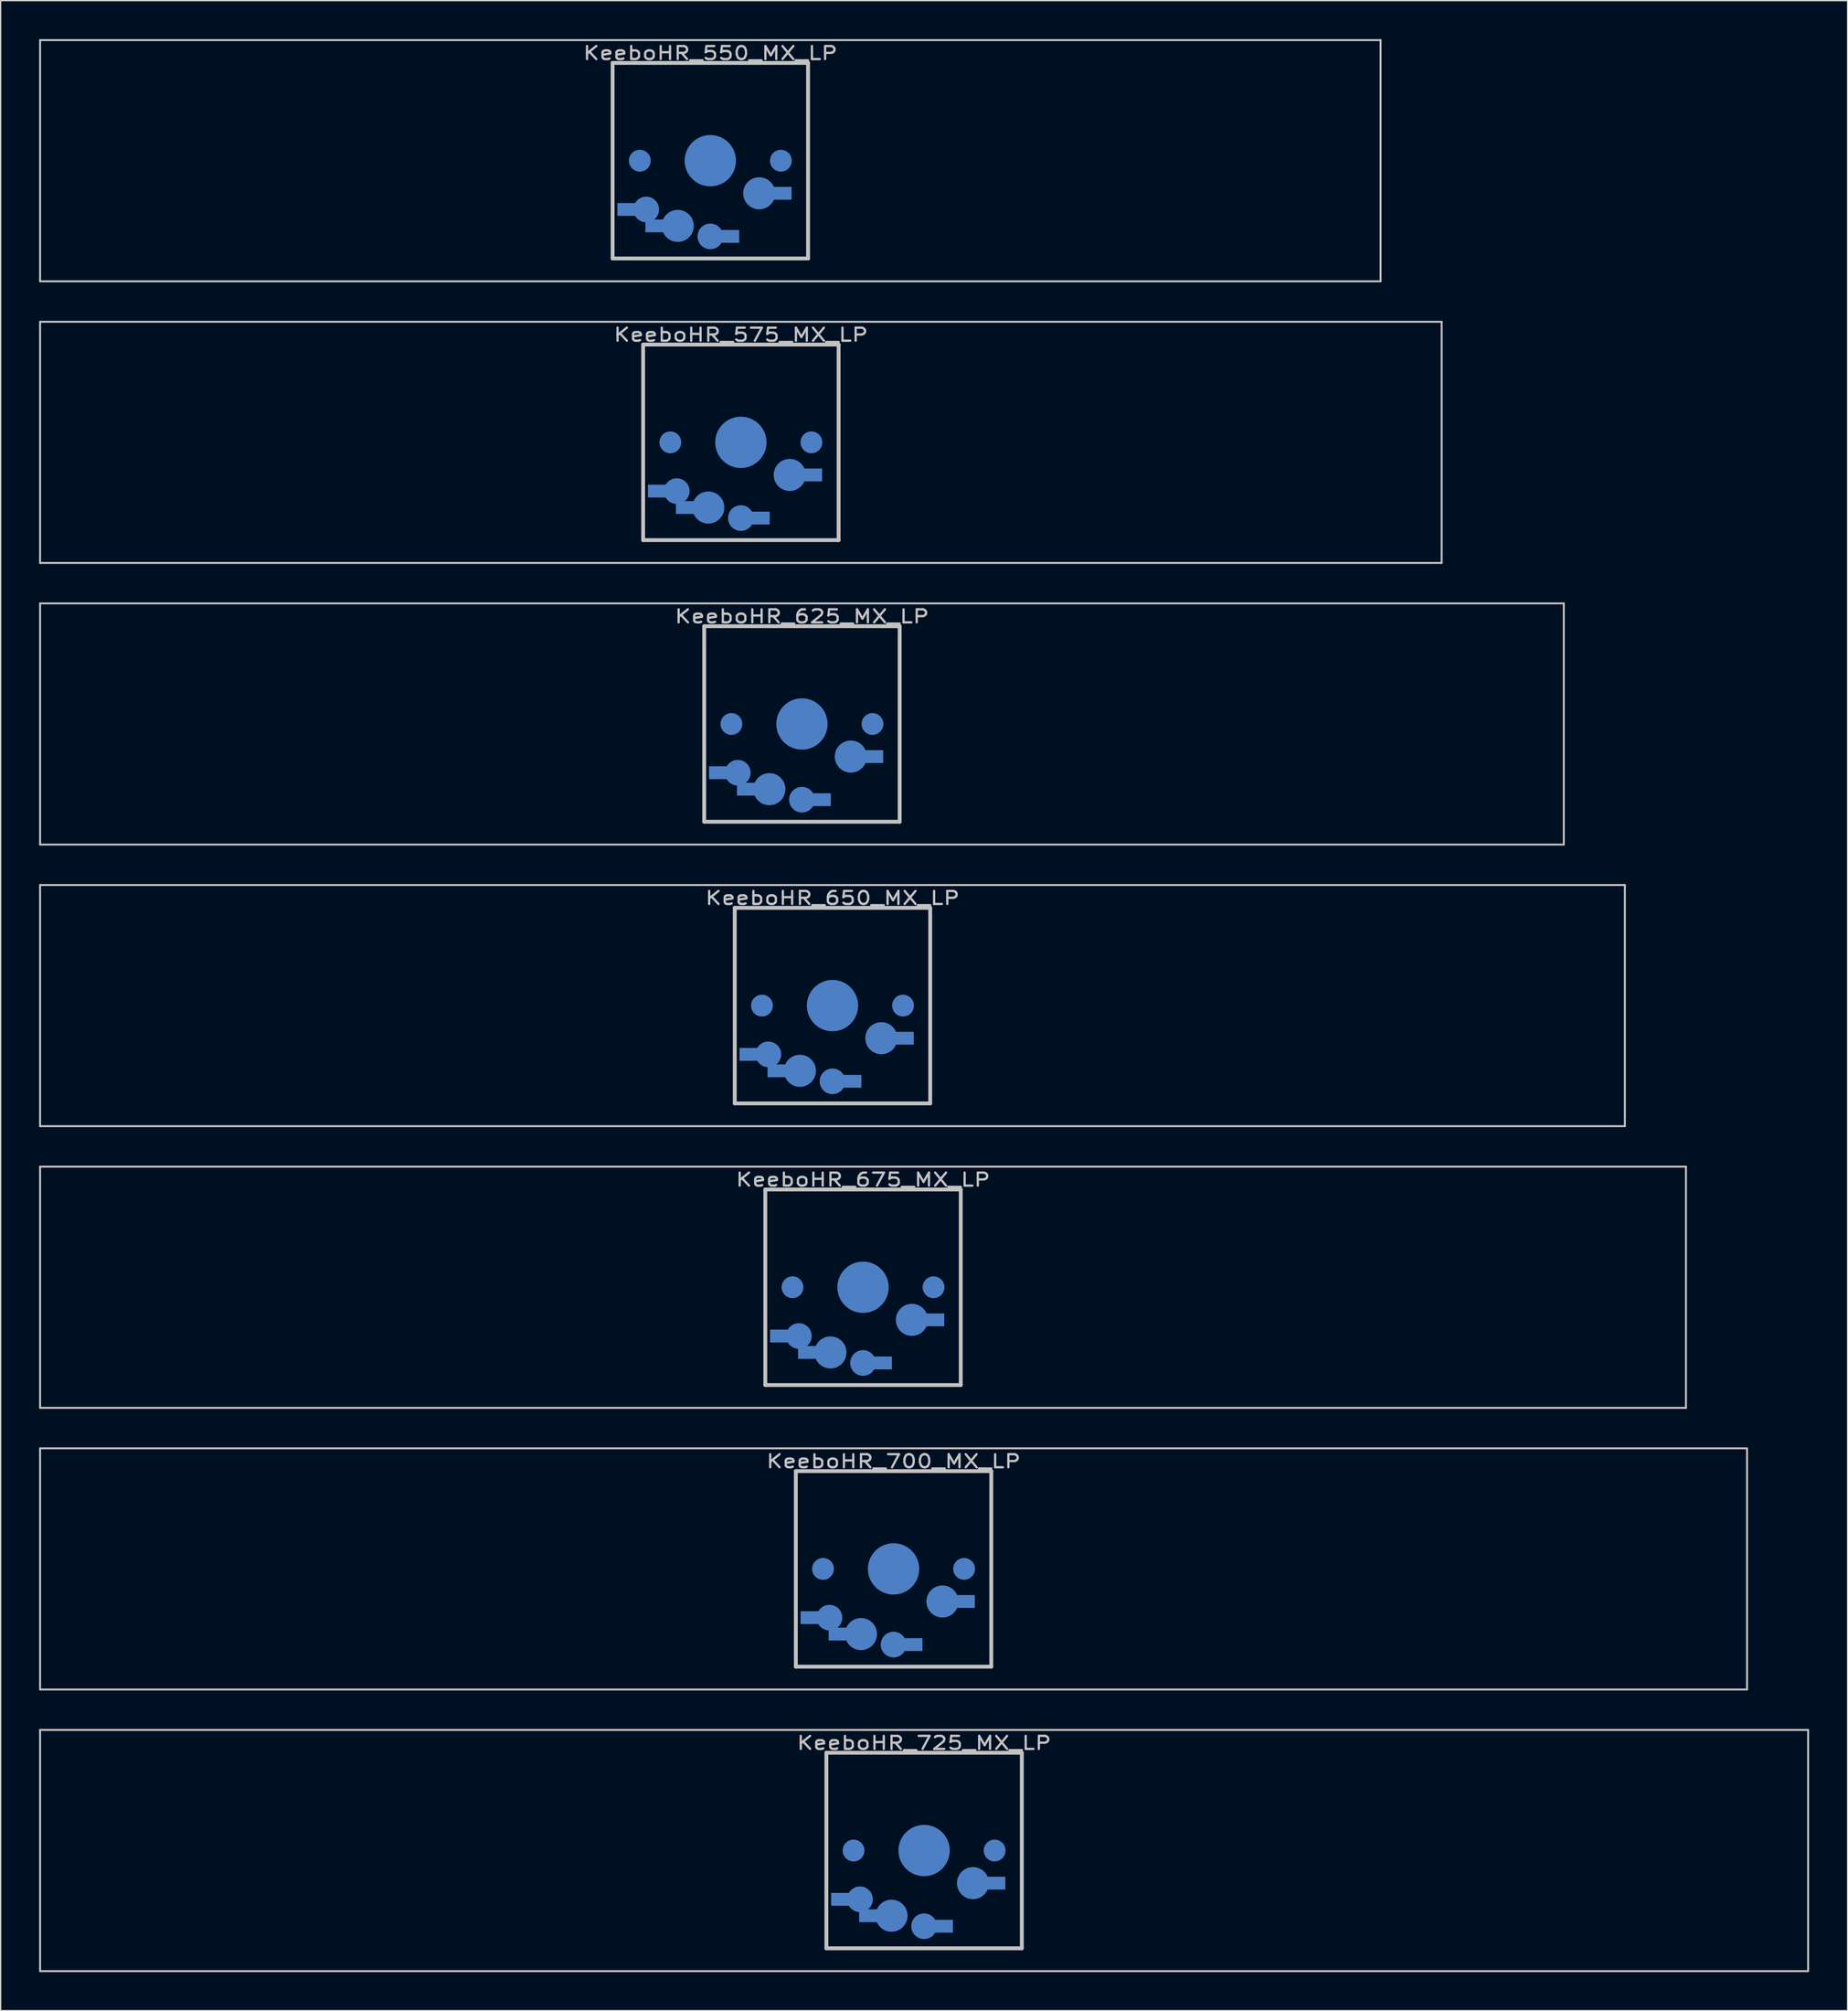
<source format=kicad_pcb>
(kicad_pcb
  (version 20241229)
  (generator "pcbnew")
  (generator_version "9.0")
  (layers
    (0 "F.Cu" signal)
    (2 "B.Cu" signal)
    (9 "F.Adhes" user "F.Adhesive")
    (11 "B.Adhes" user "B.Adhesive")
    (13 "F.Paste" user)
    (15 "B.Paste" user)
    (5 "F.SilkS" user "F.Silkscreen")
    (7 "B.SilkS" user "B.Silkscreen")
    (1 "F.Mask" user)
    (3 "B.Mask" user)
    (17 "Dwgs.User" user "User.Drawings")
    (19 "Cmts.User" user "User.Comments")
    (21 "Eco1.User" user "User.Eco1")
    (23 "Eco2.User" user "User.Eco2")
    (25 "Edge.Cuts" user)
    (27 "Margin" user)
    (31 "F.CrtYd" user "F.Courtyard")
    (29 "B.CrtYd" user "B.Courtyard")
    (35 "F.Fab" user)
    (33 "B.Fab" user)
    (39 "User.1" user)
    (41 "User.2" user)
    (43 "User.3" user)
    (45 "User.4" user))
  (footprint "KeeboHR_725_MX_LP"
    (layer "B.Cu")
    (at 69.005 141.165)
    (property "Reference" "KeeboHR_725_MX_LP" (at 0 -8.382 0) (layer "Dwgs.User") (effects (font (size 1.016 1.27) (thickness 0.178))))
    (attr through_hole)
    (fp_line (start -68.929 -9.398) (end 68.929 -9.398) (stroke (width 0.152) (type solid)) (layer "Dwgs.User"))
    (fp_line (start -68.929 9.398) (end -68.929 -9.398) (stroke (width 0.152) (type solid)) (layer "Dwgs.User"))
    (fp_line (start -7.62 -7.62) (end 7.62 -7.62) (stroke (width 0.3) (type solid)) (layer "Dwgs.User"))
    (fp_line (start -7.62 7.62) (end -7.62 -7.62) (stroke (width 0.3) (type solid)) (layer "Dwgs.User"))
    (fp_line (start 7.62 -7.62) (end 7.62 7.62) (stroke (width 0.3) (type solid)) (layer "Dwgs.User"))
    (fp_line (start 7.62 7.62) (end -7.62 7.62) (stroke (width 0.3) (type solid)) (layer "Dwgs.User"))
    (fp_line (start 68.929 -9.398) (end 68.929 9.398) (stroke (width 0.152) (type solid)) (layer "Dwgs.User"))
    (fp_line (start 68.929 9.398) (end -68.929 9.398) (stroke (width 0.152) (type solid)) (layer "Dwgs.User"))
    (pad "" smd circle (at -5.5 0) (size 1.7 1.7) (layers "B.Cu" "B.Mask"))
    (pad "" smd circle (at 0 0) (size 4 4) (layers "B.Cu" "B.Mask"))
    (pad "" smd circle (at 5.5 0) (size 1.7 1.7) (layers "B.Cu" "B.Mask"))
    (pad "1" smd circle (at 0 5.9) (size 2 2) (layers "B.Cu" "B.Mask"))
    (pad "1" smd rect (at 1.25 5.9) (size 2 1) (layers "B.Cu" "B.Mask"))
    (pad "1" smd circle (at 3.81 2.54) (size 2.5 2.5) (layers "B.Cu" "B.Mask"))
    (pad "1" smd rect (at 5.334 2.54) (size 2 1) (layers "B.Cu" "B.Mask"))
    (pad "2" smd rect (at -6.25 3.8) (size 2 1) (layers "B.Cu" "B.Mask"))
    (pad "2" smd circle (at -5 3.8) (size 2 2) (layers "B.Cu" "B.Mask"))
    (pad "2" smd rect (at -4.064 5.08) (size 2 1) (layers "B.Cu" "B.Mask"))
    (pad "2" smd circle (at -2.54 5.08) (size 2.5 2.5) (layers "B.Cu" "B.Mask")))
  (footprint "KeeboHR_575_MX_LP"
    (layer "B.Cu")
    (at 54.718 31.423)
    (property "Reference" "KeeboHR_575_MX_LP" (at 0 -8.382 0) (layer "Dwgs.User") (effects (font (size 1.016 1.27) (thickness 0.178))))
    (attr through_hole)
    (fp_line (start -54.642 -9.398) (end 54.642 -9.398) (stroke (width 0.152) (type solid)) (layer "Dwgs.User"))
    (fp_line (start -54.642 9.398) (end -54.642 -9.398) (stroke (width 0.152) (type solid)) (layer "Dwgs.User"))
    (fp_line (start -7.62 -7.62) (end 7.62 -7.62) (stroke (width 0.3) (type solid)) (layer "Dwgs.User"))
    (fp_line (start -7.62 7.62) (end -7.62 -7.62) (stroke (width 0.3) (type solid)) (layer "Dwgs.User"))
    (fp_line (start 7.62 -7.62) (end 7.62 7.62) (stroke (width 0.3) (type solid)) (layer "Dwgs.User"))
    (fp_line (start 7.62 7.62) (end -7.62 7.62) (stroke (width 0.3) (type solid)) (layer "Dwgs.User"))
    (fp_line (start 54.642 -9.398) (end 54.642 9.398) (stroke (width 0.152) (type solid)) (layer "Dwgs.User"))
    (fp_line (start 54.642 9.398) (end -54.642 9.398) (stroke (width 0.152) (type solid)) (layer "Dwgs.User"))
    (pad "" smd circle (at -5.5 0) (size 1.7 1.7) (layers "B.Cu" "B.Mask"))
    (pad "" smd circle (at 0 0) (size 4 4) (layers "B.Cu" "B.Mask"))
    (pad "" smd circle (at 5.5 0) (size 1.7 1.7) (layers "B.Cu" "B.Mask"))
    (pad "1" smd circle (at 0 5.9) (size 2 2) (layers "B.Cu" "B.Mask"))
    (pad "1" smd rect (at 1.25 5.9) (size 2 1) (layers "B.Cu" "B.Mask"))
    (pad "1" smd circle (at 3.81 2.54) (size 2.5 2.5) (layers "B.Cu" "B.Mask"))
    (pad "1" smd rect (at 5.334 2.54) (size 2 1) (layers "B.Cu" "B.Mask"))
    (pad "2" smd rect (at -6.25 3.8) (size 2 1) (layers "B.Cu" "B.Mask"))
    (pad "2" smd circle (at -5 3.8) (size 2 2) (layers "B.Cu" "B.Mask"))
    (pad "2" smd rect (at -4.064 5.08) (size 2 1) (layers "B.Cu" "B.Mask"))
    (pad "2" smd circle (at -2.54 5.08) (size 2.5 2.5) (layers "B.Cu" "B.Mask")))
  (footprint "KeeboHR_650_MX_LP"
    (layer "B.Cu")
    (at 61.862 75.319)
    (property "Reference" "KeeboHR_650_MX_LP" (at 0 -8.382 0) (layer "Dwgs.User") (effects (font (size 1.016 1.27) (thickness 0.178))))
    (attr through_hole)
    (fp_line (start -61.785 -9.398) (end 61.785 -9.398) (stroke (width 0.152) (type solid)) (layer "Dwgs.User"))
    (fp_line (start -61.785 9.398) (end -61.785 -9.398) (stroke (width 0.152) (type solid)) (layer "Dwgs.User"))
    (fp_line (start -7.62 -7.62) (end 7.62 -7.62) (stroke (width 0.3) (type solid)) (layer "Dwgs.User"))
    (fp_line (start -7.62 7.62) (end -7.62 -7.62) (stroke (width 0.3) (type solid)) (layer "Dwgs.User"))
    (fp_line (start 7.62 -7.62) (end 7.62 7.62) (stroke (width 0.3) (type solid)) (layer "Dwgs.User"))
    (fp_line (start 7.62 7.62) (end -7.62 7.62) (stroke (width 0.3) (type solid)) (layer "Dwgs.User"))
    (fp_line (start 61.785 -9.398) (end 61.785 9.398) (stroke (width 0.152) (type solid)) (layer "Dwgs.User"))
    (fp_line (start 61.785 9.398) (end -61.785 9.398) (stroke (width 0.152) (type solid)) (layer "Dwgs.User"))
    (pad "" smd circle (at -5.5 0) (size 1.7 1.7) (layers "B.Cu" "B.Mask"))
    (pad "" smd circle (at 0 0) (size 4 4) (layers "B.Cu" "B.Mask"))
    (pad "" smd circle (at 5.5 0) (size 1.7 1.7) (layers "B.Cu" "B.Mask"))
    (pad "1" smd circle (at 0 5.9) (size 2 2) (layers "B.Cu" "B.Mask"))
    (pad "1" smd rect (at 1.25 5.9) (size 2 1) (layers "B.Cu" "B.Mask"))
    (pad "1" smd circle (at 3.81 2.54) (size 2.5 2.5) (layers "B.Cu" "B.Mask"))
    (pad "1" smd rect (at 5.334 2.54) (size 2 1) (layers "B.Cu" "B.Mask"))
    (pad "2" smd rect (at -6.25 3.8) (size 2 1) (layers "B.Cu" "B.Mask"))
    (pad "2" smd circle (at -5 3.8) (size 2 2) (layers "B.Cu" "B.Mask"))
    (pad "2" smd rect (at -4.064 5.08) (size 2 1) (layers "B.Cu" "B.Mask"))
    (pad "2" smd circle (at -2.54 5.08) (size 2.5 2.5) (layers "B.Cu" "B.Mask")))
  (footprint "KeeboHR_700_MX_LP"
    (layer "B.Cu")
    (at 66.624 119.216)
    (property "Reference" "KeeboHR_700_MX_LP" (at 0 -8.382 0) (layer "Dwgs.User") (effects (font (size 1.016 1.27) (thickness 0.178))))
    (attr through_hole)
    (fp_line (start -66.548 -9.398) (end 66.548 -9.398) (stroke (width 0.152) (type solid)) (layer "Dwgs.User"))
    (fp_line (start -66.548 9.398) (end -66.548 -9.398) (stroke (width 0.152) (type solid)) (layer "Dwgs.User"))
    (fp_line (start -7.62 -7.62) (end 7.62 -7.62) (stroke (width 0.3) (type solid)) (layer "Dwgs.User"))
    (fp_line (start -7.62 7.62) (end -7.62 -7.62) (stroke (width 0.3) (type solid)) (layer "Dwgs.User"))
    (fp_line (start 7.62 -7.62) (end 7.62 7.62) (stroke (width 0.3) (type solid)) (layer "Dwgs.User"))
    (fp_line (start 7.62 7.62) (end -7.62 7.62) (stroke (width 0.3) (type solid)) (layer "Dwgs.User"))
    (fp_line (start 66.548 -9.398) (end 66.548 9.398) (stroke (width 0.152) (type solid)) (layer "Dwgs.User"))
    (fp_line (start 66.548 9.398) (end -66.548 9.398) (stroke (width 0.152) (type solid)) (layer "Dwgs.User"))
    (pad "" smd circle (at -5.5 0) (size 1.7 1.7) (layers "B.Cu" "B.Mask"))
    (pad "" smd circle (at 0 0) (size 4 4) (layers "B.Cu" "B.Mask"))
    (pad "" smd circle (at 5.5 0) (size 1.7 1.7) (layers "B.Cu" "B.Mask"))
    (pad "1" smd circle (at 0 5.9) (size 2 2) (layers "B.Cu" "B.Mask"))
    (pad "1" smd rect (at 1.25 5.9) (size 2 1) (layers "B.Cu" "B.Mask"))
    (pad "1" smd circle (at 3.81 2.54) (size 2.5 2.5) (layers "B.Cu" "B.Mask"))
    (pad "1" smd rect (at 5.334 2.54) (size 2 1) (layers "B.Cu" "B.Mask"))
    (pad "2" smd rect (at -6.25 3.8) (size 2 1) (layers "B.Cu" "B.Mask"))
    (pad "2" smd circle (at -5 3.8) (size 2 2) (layers "B.Cu" "B.Mask"))
    (pad "2" smd rect (at -4.064 5.08) (size 2 1) (layers "B.Cu" "B.Mask"))
    (pad "2" smd circle (at -2.54 5.08) (size 2.5 2.5) (layers "B.Cu" "B.Mask")))
  (footprint "KeeboHR_675_MX_LP"
    (layer "B.Cu")
    (at 64.243 97.268)
    (property "Reference" "KeeboHR_675_MX_LP" (at 0 -8.382 0) (layer "Dwgs.User") (effects (font (size 1.016 1.27) (thickness 0.178))))
    (attr through_hole)
    (fp_line (start -64.167 -9.398) (end 64.167 -9.398) (stroke (width 0.152) (type solid)) (layer "Dwgs.User"))
    (fp_line (start -64.167 9.398) (end -64.167 -9.398) (stroke (width 0.152) (type solid)) (layer "Dwgs.User"))
    (fp_line (start -7.62 -7.62) (end 7.62 -7.62) (stroke (width 0.3) (type solid)) (layer "Dwgs.User"))
    (fp_line (start -7.62 7.62) (end -7.62 -7.62) (stroke (width 0.3) (type solid)) (layer "Dwgs.User"))
    (fp_line (start 7.62 -7.62) (end 7.62 7.62) (stroke (width 0.3) (type solid)) (layer "Dwgs.User"))
    (fp_line (start 7.62 7.62) (end -7.62 7.62) (stroke (width 0.3) (type solid)) (layer "Dwgs.User"))
    (fp_line (start 64.167 -9.398) (end 64.167 9.398) (stroke (width 0.152) (type solid)) (layer "Dwgs.User"))
    (fp_line (start 64.167 9.398) (end -64.167 9.398) (stroke (width 0.152) (type solid)) (layer "Dwgs.User"))
    (pad "" smd circle (at -5.5 0) (size 1.7 1.7) (layers "B.Cu" "B.Mask"))
    (pad "" smd circle (at 0 0) (size 4 4) (layers "B.Cu" "B.Mask"))
    (pad "" smd circle (at 5.5 0) (size 1.7 1.7) (layers "B.Cu" "B.Mask"))
    (pad "1" smd circle (at 0 5.9) (size 2 2) (layers "B.Cu" "B.Mask"))
    (pad "1" smd rect (at 1.25 5.9) (size 2 1) (layers "B.Cu" "B.Mask"))
    (pad "1" smd circle (at 3.81 2.54) (size 2.5 2.5) (layers "B.Cu" "B.Mask"))
    (pad "1" smd rect (at 5.334 2.54) (size 2 1) (layers "B.Cu" "B.Mask"))
    (pad "2" smd rect (at -6.25 3.8) (size 2 1) (layers "B.Cu" "B.Mask"))
    (pad "2" smd circle (at -5 3.8) (size 2 2) (layers "B.Cu" "B.Mask"))
    (pad "2" smd rect (at -4.064 5.08) (size 2 1) (layers "B.Cu" "B.Mask"))
    (pad "2" smd circle (at -2.54 5.08) (size 2.5 2.5) (layers "B.Cu" "B.Mask")))
  (footprint "KeeboHR_625_MX_LP"
    (layer "B.Cu")
    (at 59.48 53.371)
    (property "Reference" "KeeboHR_625_MX_LP" (at 0 -8.382 0) (layer "Dwgs.User") (effects (font (size 1.016 1.27) (thickness 0.178))))
    (attr through_hole)
    (fp_line (start -59.404 -9.398) (end 59.404 -9.398) (stroke (width 0.152) (type solid)) (layer "Dwgs.User"))
    (fp_line (start -59.404 9.398) (end -59.404 -9.398) (stroke (width 0.152) (type solid)) (layer "Dwgs.User"))
    (fp_line (start -7.62 -7.62) (end 7.62 -7.62) (stroke (width 0.3) (type solid)) (layer "Dwgs.User"))
    (fp_line (start -7.62 7.62) (end -7.62 -7.62) (stroke (width 0.3) (type solid)) (layer "Dwgs.User"))
    (fp_line (start 7.62 -7.62) (end 7.62 7.62) (stroke (width 0.3) (type solid)) (layer "Dwgs.User"))
    (fp_line (start 7.62 7.62) (end -7.62 7.62) (stroke (width 0.3) (type solid)) (layer "Dwgs.User"))
    (fp_line (start 59.404 -9.398) (end 59.404 9.398) (stroke (width 0.152) (type solid)) (layer "Dwgs.User"))
    (fp_line (start 59.404 9.398) (end -59.404 9.398) (stroke (width 0.152) (type solid)) (layer "Dwgs.User"))
    (pad "" smd circle (at -5.5 0) (size 1.7 1.7) (layers "B.Cu" "B.Mask"))
    (pad "" smd circle (at 0 0) (size 4 4) (layers "B.Cu" "B.Mask"))
    (pad "" smd circle (at 5.5 0) (size 1.7 1.7) (layers "B.Cu" "B.Mask"))
    (pad "1" smd circle (at 0 5.9) (size 2 2) (layers "B.Cu" "B.Mask"))
    (pad "1" smd rect (at 1.25 5.9) (size 2 1) (layers "B.Cu" "B.Mask"))
    (pad "1" smd circle (at 3.81 2.54) (size 2.5 2.5) (layers "B.Cu" "B.Mask"))
    (pad "1" smd rect (at 5.334 2.54) (size 2 1) (layers "B.Cu" "B.Mask"))
    (pad "2" smd rect (at -6.25 3.8) (size 2 1) (layers "B.Cu" "B.Mask"))
    (pad "2" smd circle (at -5 3.8) (size 2 2) (layers "B.Cu" "B.Mask"))
    (pad "2" smd rect (at -4.064 5.08) (size 2 1) (layers "B.Cu" "B.Mask"))
    (pad "2" smd circle (at -2.54 5.08) (size 2.5 2.5) (layers "B.Cu" "B.Mask")))
  (footprint "KeeboHR_550_MX_LP"
    (layer "B.Cu")
    (at 52.337 9.474)
    (property "Reference" "KeeboHR_550_MX_LP" (at 0 -8.382 0) (layer "Dwgs.User") (effects (font (size 1.016 1.27) (thickness 0.178))))
    (attr through_hole)
    (fp_line (start -52.261 -9.398) (end 52.261 -9.398) (stroke (width 0.152) (type solid)) (layer "Dwgs.User"))
    (fp_line (start -52.261 9.398) (end -52.261 -9.398) (stroke (width 0.152) (type solid)) (layer "Dwgs.User"))
    (fp_line (start -7.62 -7.62) (end 7.62 -7.62) (stroke (width 0.3) (type solid)) (layer "Dwgs.User"))
    (fp_line (start -7.62 7.62) (end -7.62 -7.62) (stroke (width 0.3) (type solid)) (layer "Dwgs.User"))
    (fp_line (start 7.62 -7.62) (end 7.62 7.62) (stroke (width 0.3) (type solid)) (layer "Dwgs.User"))
    (fp_line (start 7.62 7.62) (end -7.62 7.62) (stroke (width 0.3) (type solid)) (layer "Dwgs.User"))
    (fp_line (start 52.261 -9.398) (end 52.261 9.398) (stroke (width 0.152) (type solid)) (layer "Dwgs.User"))
    (fp_line (start 52.261 9.398) (end -52.261 9.398) (stroke (width 0.152) (type solid)) (layer "Dwgs.User"))
    (pad "" smd circle (at -5.5 0) (size 1.7 1.7) (layers "B.Cu" "B.Mask"))
    (pad "" smd circle (at 0 0) (size 4 4) (layers "B.Cu" "B.Mask"))
    (pad "" smd circle (at 5.5 0) (size 1.7 1.7) (layers "B.Cu" "B.Mask"))
    (pad "1" smd circle (at 0 5.9) (size 2 2) (layers "B.Cu" "B.Mask"))
    (pad "1" smd rect (at 1.25 5.9) (size 2 1) (layers "B.Cu" "B.Mask"))
    (pad "1" smd circle (at 3.81 2.54) (size 2.5 2.5) (layers "B.Cu" "B.Mask"))
    (pad "1" smd rect (at 5.334 2.54) (size 2 1) (layers "B.Cu" "B.Mask"))
    (pad "2" smd rect (at -6.25 3.8) (size 2 1) (layers "B.Cu" "B.Mask"))
    (pad "2" smd circle (at -5 3.8) (size 2 2) (layers "B.Cu" "B.Mask"))
    (pad "2" smd rect (at -4.064 5.08) (size 2 1) (layers "B.Cu" "B.Mask"))
    (pad "2" smd circle (at -2.54 5.08) (size 2.5 2.5) (layers "B.Cu" "B.Mask")))
  (gr_rect
    (start -3 -3)
    (end 141.011 153.639)
    (stroke (width 0.1) (type default))
    (fill no)
    (layer "Edge.Cuts")))
</source>
